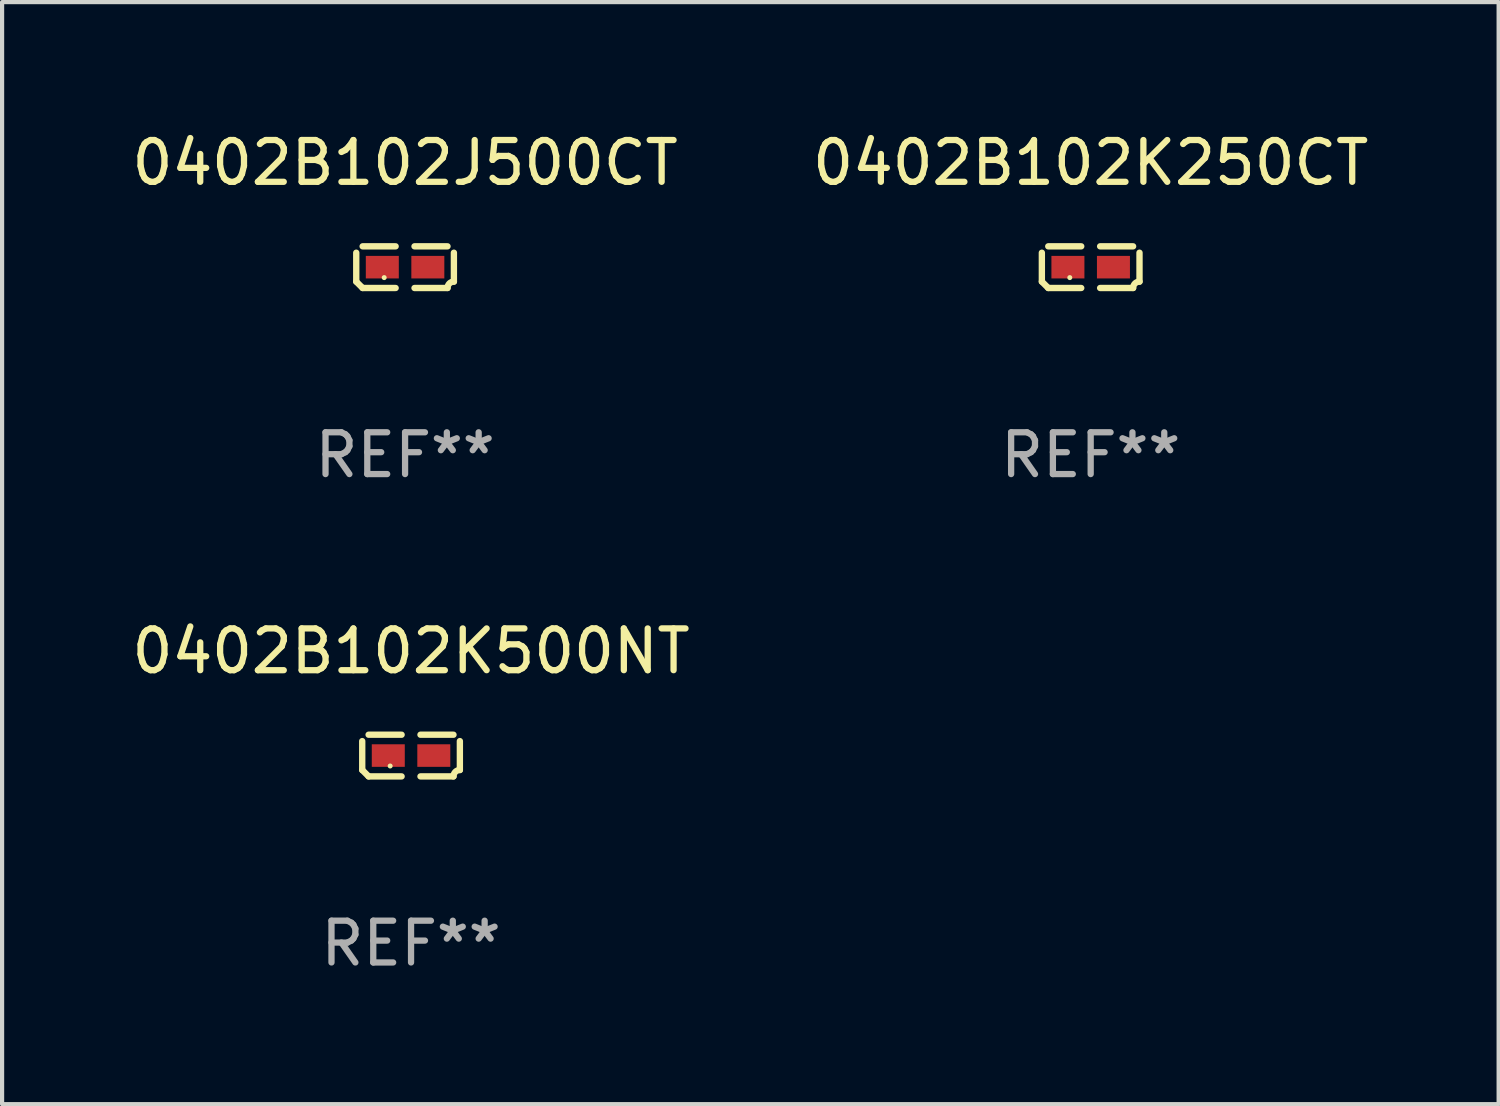
<source format=kicad_pcb>
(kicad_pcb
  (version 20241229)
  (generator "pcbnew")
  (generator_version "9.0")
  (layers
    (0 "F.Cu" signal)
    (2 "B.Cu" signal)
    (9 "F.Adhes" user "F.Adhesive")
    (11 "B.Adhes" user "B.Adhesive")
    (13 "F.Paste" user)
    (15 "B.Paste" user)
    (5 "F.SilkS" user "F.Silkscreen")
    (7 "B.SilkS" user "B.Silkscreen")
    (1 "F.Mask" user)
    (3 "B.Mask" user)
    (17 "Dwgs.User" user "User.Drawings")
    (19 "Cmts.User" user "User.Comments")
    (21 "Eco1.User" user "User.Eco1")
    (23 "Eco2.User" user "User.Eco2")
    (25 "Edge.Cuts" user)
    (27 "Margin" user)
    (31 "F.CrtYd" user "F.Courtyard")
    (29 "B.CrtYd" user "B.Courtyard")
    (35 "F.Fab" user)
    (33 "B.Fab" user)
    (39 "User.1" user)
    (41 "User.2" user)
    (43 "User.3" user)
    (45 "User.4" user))
  (footprint "0402B102J500CT"
    (layer "F.Cu")
    (at 6.649 3.347)
    (property "Reference" "0402B102J500CT" (at 0 -2.499 0) (layer "F.SilkS") (effects (font (size 1 1) (thickness 0.15))))
    (attr through_hole)
    (fp_line (start -1.169 0.346) (end -1.169 -0.346) (stroke (width 0.152) (type solid)) (layer "F.SilkS"))
    (fp_line (start -1.016 -0.499) (end -0.226 -0.499) (stroke (width 0.152) (type solid)) (layer "F.SilkS"))
    (fp_line (start -0.226 0.499) (end -1.016 0.499) (stroke (width 0.152) (type solid)) (layer "F.SilkS"))
    (fp_line (start 0.226 0.499) (end 1.016 0.499) (stroke (width 0.152) (type solid)) (layer "F.SilkS"))
    (fp_line (start 1.016 -0.499) (end 0.226 -0.499) (stroke (width 0.152) (type solid)) (layer "F.SilkS"))
    (fp_line (start 1.169 0.346) (end 1.169 -0.346) (stroke (width 0.152) (type solid)) (layer "F.SilkS"))
    (fp_arc (start -1.016307 0.498603) (mid -1.092512 0.422405) (end -1.16871 0.3462) (stroke (width 0.1524) (type solid)) (layer "F.SilkS"))
    (fp_arc (start 1.016307 0.498603) (mid 1.060899 0.390758) (end 1.168707 0.346076) (stroke (width 0.1524) (type solid)) (layer "F.SilkS"))
    (fp_circle (center -0.5 0.25) (end -0.47 0.25) (stroke (width 0.06) (type solid)) (fill no) (layer "F.SilkS"))
    (fp_text user "REF**" (at 0 4.499 0) (layer "F.Fab") (effects (font (size 1 1) (thickness 0.15))))
    (pad "1" smd rect (at -0.545 0) (size 0.79 0.54) (layers "F.Cu" "F.Mask" "F.Paste"))
    (pad "2" smd rect (at 0.545 0) (size 0.79 0.54) (layers "F.Cu" "F.Mask" "F.Paste")))
  (footprint "0402B102K250CT"
    (layer "F.Cu")
    (at 23.065 3.347)
    (property "Reference" "0402B102K250CT" (at 0 -2.499 0) (layer "F.SilkS") (effects (font (size 1 1) (thickness 0.15))))
    (attr through_hole)
    (fp_line (start -1.169 0.346) (end -1.169 -0.346) (stroke (width 0.152) (type solid)) (layer "F.SilkS"))
    (fp_line (start -1.016 -0.499) (end -0.226 -0.499) (stroke (width 0.152) (type solid)) (layer "F.SilkS"))
    (fp_line (start -0.226 0.499) (end -1.016 0.499) (stroke (width 0.152) (type solid)) (layer "F.SilkS"))
    (fp_line (start 0.226 0.499) (end 1.016 0.499) (stroke (width 0.152) (type solid)) (layer "F.SilkS"))
    (fp_line (start 1.016 -0.499) (end 0.226 -0.499) (stroke (width 0.152) (type solid)) (layer "F.SilkS"))
    (fp_line (start 1.169 0.346) (end 1.169 -0.346) (stroke (width 0.152) (type solid)) (layer "F.SilkS"))
    (fp_arc (start -1.016307 0.498603) (mid -1.092512 0.422405) (end -1.16871 0.3462) (stroke (width 0.1524) (type solid)) (layer "F.SilkS"))
    (fp_arc (start 1.016307 0.498603) (mid 1.060899 0.390758) (end 1.168707 0.346076) (stroke (width 0.1524) (type solid)) (layer "F.SilkS"))
    (fp_circle (center -0.5 0.25) (end -0.47 0.25) (stroke (width 0.06) (type solid)) (fill no) (layer "F.SilkS"))
    (fp_text user "REF**" (at 0 4.499 0) (layer "F.Fab") (effects (font (size 1 1) (thickness 0.15))))
    (pad "1" smd rect (at -0.545 0) (size 0.79 0.54) (layers "F.Cu" "F.Mask" "F.Paste"))
    (pad "2" smd rect (at 0.545 0) (size 0.79 0.54) (layers "F.Cu" "F.Mask" "F.Paste")))
  (footprint "0402B102K500NT"
    (layer "F.Cu")
    (at 6.792 15.041)
    (property "Reference" "0402B102K500NT" (at 0 -2.499 0) (layer "F.SilkS") (effects (font (size 1 1) (thickness 0.15))))
    (attr through_hole)
    (fp_line (start -1.169 0.346) (end -1.169 -0.346) (stroke (width 0.152) (type solid)) (layer "F.SilkS"))
    (fp_line (start -1.016 -0.499) (end -0.226 -0.499) (stroke (width 0.152) (type solid)) (layer "F.SilkS"))
    (fp_line (start -0.226 0.499) (end -1.016 0.499) (stroke (width 0.152) (type solid)) (layer "F.SilkS"))
    (fp_line (start 0.226 0.499) (end 1.016 0.499) (stroke (width 0.152) (type solid)) (layer "F.SilkS"))
    (fp_line (start 1.016 -0.499) (end 0.226 -0.499) (stroke (width 0.152) (type solid)) (layer "F.SilkS"))
    (fp_line (start 1.169 0.346) (end 1.169 -0.346) (stroke (width 0.152) (type solid)) (layer "F.SilkS"))
    (fp_arc (start -1.016307 0.498603) (mid -1.092512 0.422405) (end -1.16871 0.3462) (stroke (width 0.1524) (type solid)) (layer "F.SilkS"))
    (fp_arc (start 1.016307 0.498603) (mid 1.060899 0.390758) (end 1.168707 0.346076) (stroke (width 0.1524) (type solid)) (layer "F.SilkS"))
    (fp_circle (center -0.5 0.25) (end -0.47 0.25) (stroke (width 0.06) (type solid)) (fill no) (layer "F.SilkS"))
    (fp_text user "REF**" (at 0 4.499 0) (layer "F.Fab") (effects (font (size 1 1) (thickness 0.15))))
    (pad "1" smd rect (at -0.545 0) (size 0.79 0.54) (layers "F.Cu" "F.Mask" "F.Paste"))
    (pad "2" smd rect (at 0.545 0) (size 0.79 0.54) (layers "F.Cu" "F.Mask" "F.Paste")))
  (gr_rect
    (start -3 -3)
    (end 32.833 23.387)
    (stroke (width 0.1) (type default))
    (fill no)
    (layer "Edge.Cuts")))
</source>
